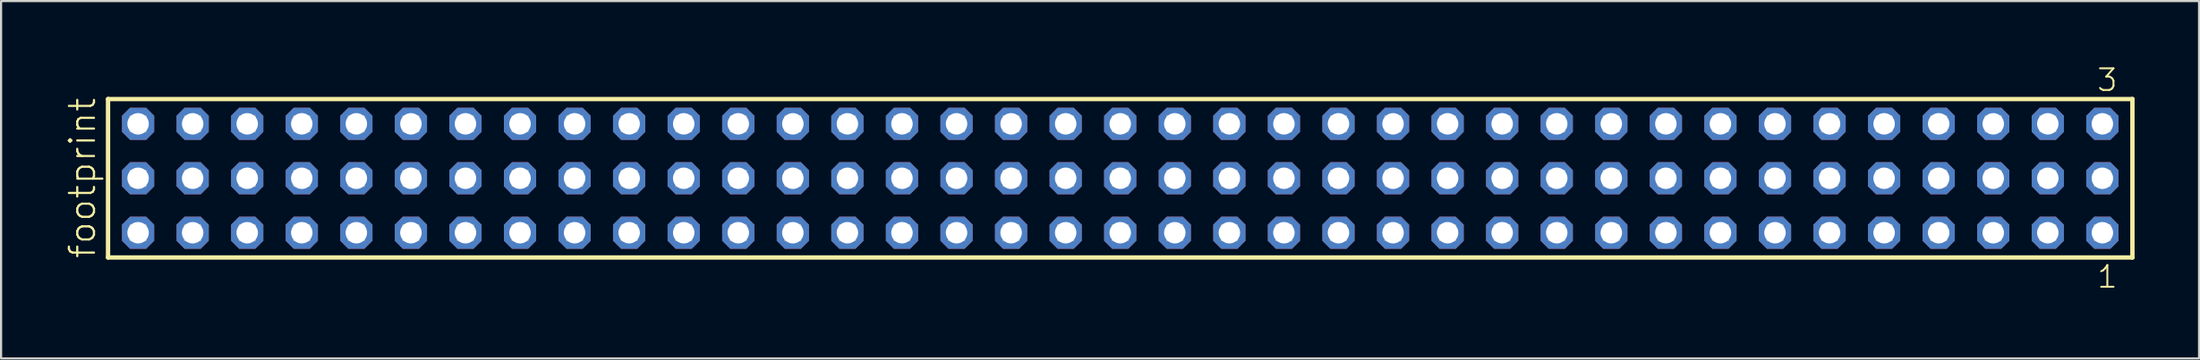
<source format=kicad_pcb>
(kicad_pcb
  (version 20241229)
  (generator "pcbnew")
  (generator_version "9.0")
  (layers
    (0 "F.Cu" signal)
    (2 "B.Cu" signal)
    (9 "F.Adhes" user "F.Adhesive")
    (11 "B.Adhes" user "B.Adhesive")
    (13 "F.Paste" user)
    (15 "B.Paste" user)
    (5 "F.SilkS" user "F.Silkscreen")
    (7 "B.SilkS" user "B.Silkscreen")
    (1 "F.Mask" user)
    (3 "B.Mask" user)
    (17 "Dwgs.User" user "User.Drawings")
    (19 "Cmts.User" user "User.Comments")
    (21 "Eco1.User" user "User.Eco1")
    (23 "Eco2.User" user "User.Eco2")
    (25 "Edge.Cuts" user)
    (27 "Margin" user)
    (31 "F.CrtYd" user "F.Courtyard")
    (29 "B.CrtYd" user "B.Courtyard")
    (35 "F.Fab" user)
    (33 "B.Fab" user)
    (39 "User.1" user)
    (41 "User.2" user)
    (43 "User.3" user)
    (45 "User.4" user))
  (footprint "footprint"
    (layer "F.Cu")
    (at 49.098 5.265)
    (property "Reference" "footprint" (at -47.625 3.81 90) (layer "F.SilkS") (effects (font (size 1.168 1.168) (thickness 0.102)) (justify left bottom)))
    (fp_line (start -47.119 -3.695) (end 47.119 -3.695) (stroke (width 0.203) (type solid)) (layer "F.SilkS"))
    (fp_line (start -47.119 3.695) (end -47.119 -3.695) (stroke (width 0.203) (type solid)) (layer "F.SilkS"))
    (fp_line (start 47.119 -3.695) (end 47.119 3.695) (stroke (width 0.203) (type solid)) (layer "F.SilkS"))
    (fp_line (start 47.119 3.695) (end -47.119 3.695) (stroke (width 0.203) (type solid)) (layer "F.SilkS"))
    (fp_poly (pts (xy -46.07 -2.19) (xy -45.37 -2.19) (xy -45.37 -2.89) (xy -46.07 -2.89)) (stroke (width 0.1) (type solid)) (fill no) (layer "F.Fab"))
    (fp_poly (pts (xy -46.07 0.35) (xy -45.37 0.35) (xy -45.37 -0.35) (xy -46.07 -0.35)) (stroke (width 0.1) (type solid)) (fill no) (layer "F.Fab"))
    (fp_poly (pts (xy -46.07 2.89) (xy -45.37 2.89) (xy -45.37 2.19) (xy -46.07 2.19)) (stroke (width 0.1) (type solid)) (fill no) (layer "F.Fab"))
    (fp_poly (pts (xy -43.53 -2.19) (xy -42.83 -2.19) (xy -42.83 -2.89) (xy -43.53 -2.89)) (stroke (width 0.1) (type solid)) (fill no) (layer "F.Fab"))
    (fp_poly (pts (xy -43.53 0.35) (xy -42.83 0.35) (xy -42.83 -0.35) (xy -43.53 -0.35)) (stroke (width 0.1) (type solid)) (fill no) (layer "F.Fab"))
    (fp_poly (pts (xy -43.53 2.89) (xy -42.83 2.89) (xy -42.83 2.19) (xy -43.53 2.19)) (stroke (width 0.1) (type solid)) (fill no) (layer "F.Fab"))
    (fp_poly (pts (xy -40.99 -2.19) (xy -40.29 -2.19) (xy -40.29 -2.89) (xy -40.99 -2.89)) (stroke (width 0.1) (type solid)) (fill no) (layer "F.Fab"))
    (fp_poly (pts (xy -40.99 0.35) (xy -40.29 0.35) (xy -40.29 -0.35) (xy -40.99 -0.35)) (stroke (width 0.1) (type solid)) (fill no) (layer "F.Fab"))
    (fp_poly (pts (xy -40.99 2.89) (xy -40.29 2.89) (xy -40.29 2.19) (xy -40.99 2.19)) (stroke (width 0.1) (type solid)) (fill no) (layer "F.Fab"))
    (fp_poly (pts (xy -38.45 -2.19) (xy -37.75 -2.19) (xy -37.75 -2.89) (xy -38.45 -2.89)) (stroke (width 0.1) (type solid)) (fill no) (layer "F.Fab"))
    (fp_poly (pts (xy -38.45 0.35) (xy -37.75 0.35) (xy -37.75 -0.35) (xy -38.45 -0.35)) (stroke (width 0.1) (type solid)) (fill no) (layer "F.Fab"))
    (fp_poly (pts (xy -38.45 2.89) (xy -37.75 2.89) (xy -37.75 2.19) (xy -38.45 2.19)) (stroke (width 0.1) (type solid)) (fill no) (layer "F.Fab"))
    (fp_poly (pts (xy -35.91 -2.19) (xy -35.21 -2.19) (xy -35.21 -2.89) (xy -35.91 -2.89)) (stroke (width 0.1) (type solid)) (fill no) (layer "F.Fab"))
    (fp_poly (pts (xy -35.91 0.35) (xy -35.21 0.35) (xy -35.21 -0.35) (xy -35.91 -0.35)) (stroke (width 0.1) (type solid)) (fill no) (layer "F.Fab"))
    (fp_poly (pts (xy -35.91 2.89) (xy -35.21 2.89) (xy -35.21 2.19) (xy -35.91 2.19)) (stroke (width 0.1) (type solid)) (fill no) (layer "F.Fab"))
    (fp_poly (pts (xy -33.37 -2.19) (xy -32.67 -2.19) (xy -32.67 -2.89) (xy -33.37 -2.89)) (stroke (width 0.1) (type solid)) (fill no) (layer "F.Fab"))
    (fp_poly (pts (xy -33.37 0.35) (xy -32.67 0.35) (xy -32.67 -0.35) (xy -33.37 -0.35)) (stroke (width 0.1) (type solid)) (fill no) (layer "F.Fab"))
    (fp_poly (pts (xy -33.37 2.89) (xy -32.67 2.89) (xy -32.67 2.19) (xy -33.37 2.19)) (stroke (width 0.1) (type solid)) (fill no) (layer "F.Fab"))
    (fp_poly (pts (xy -30.83 -2.19) (xy -30.13 -2.19) (xy -30.13 -2.89) (xy -30.83 -2.89)) (stroke (width 0.1) (type solid)) (fill no) (layer "F.Fab"))
    (fp_poly (pts (xy -30.83 0.35) (xy -30.13 0.35) (xy -30.13 -0.35) (xy -30.83 -0.35)) (stroke (width 0.1) (type solid)) (fill no) (layer "F.Fab"))
    (fp_poly (pts (xy -30.83 2.89) (xy -30.13 2.89) (xy -30.13 2.19) (xy -30.83 2.19)) (stroke (width 0.1) (type solid)) (fill no) (layer "F.Fab"))
    (fp_poly (pts (xy -28.29 -2.19) (xy -27.59 -2.19) (xy -27.59 -2.89) (xy -28.29 -2.89)) (stroke (width 0.1) (type solid)) (fill no) (layer "F.Fab"))
    (fp_poly (pts (xy -28.29 0.35) (xy -27.59 0.35) (xy -27.59 -0.35) (xy -28.29 -0.35)) (stroke (width 0.1) (type solid)) (fill no) (layer "F.Fab"))
    (fp_poly (pts (xy -28.29 2.89) (xy -27.59 2.89) (xy -27.59 2.19) (xy -28.29 2.19)) (stroke (width 0.1) (type solid)) (fill no) (layer "F.Fab"))
    (fp_poly (pts (xy -25.75 -2.19) (xy -25.05 -2.19) (xy -25.05 -2.89) (xy -25.75 -2.89)) (stroke (width 0.1) (type solid)) (fill no) (layer "F.Fab"))
    (fp_poly (pts (xy -25.75 0.35) (xy -25.05 0.35) (xy -25.05 -0.35) (xy -25.75 -0.35)) (stroke (width 0.1) (type solid)) (fill no) (layer "F.Fab"))
    (fp_poly (pts (xy -25.75 2.89) (xy -25.05 2.89) (xy -25.05 2.19) (xy -25.75 2.19)) (stroke (width 0.1) (type solid)) (fill no) (layer "F.Fab"))
    (fp_poly (pts (xy -23.21 -2.19) (xy -22.51 -2.19) (xy -22.51 -2.89) (xy -23.21 -2.89)) (stroke (width 0.1) (type solid)) (fill no) (layer "F.Fab"))
    (fp_poly (pts (xy -23.21 0.35) (xy -22.51 0.35) (xy -22.51 -0.35) (xy -23.21 -0.35)) (stroke (width 0.1) (type solid)) (fill no) (layer "F.Fab"))
    (fp_poly (pts (xy -23.21 2.89) (xy -22.51 2.89) (xy -22.51 2.19) (xy -23.21 2.19)) (stroke (width 0.1) (type solid)) (fill no) (layer "F.Fab"))
    (fp_poly (pts (xy -20.67 -2.19) (xy -19.97 -2.19) (xy -19.97 -2.89) (xy -20.67 -2.89)) (stroke (width 0.1) (type solid)) (fill no) (layer "F.Fab"))
    (fp_poly (pts (xy -20.67 0.35) (xy -19.97 0.35) (xy -19.97 -0.35) (xy -20.67 -0.35)) (stroke (width 0.1) (type solid)) (fill no) (layer "F.Fab"))
    (fp_poly (pts (xy -20.67 2.89) (xy -19.97 2.89) (xy -19.97 2.19) (xy -20.67 2.19)) (stroke (width 0.1) (type solid)) (fill no) (layer "F.Fab"))
    (fp_poly (pts (xy -18.13 -2.19) (xy -17.43 -2.19) (xy -17.43 -2.89) (xy -18.13 -2.89)) (stroke (width 0.1) (type solid)) (fill no) (layer "F.Fab"))
    (fp_poly (pts (xy -18.13 0.35) (xy -17.43 0.35) (xy -17.43 -0.35) (xy -18.13 -0.35)) (stroke (width 0.1) (type solid)) (fill no) (layer "F.Fab"))
    (fp_poly (pts (xy -18.13 2.89) (xy -17.43 2.89) (xy -17.43 2.19) (xy -18.13 2.19)) (stroke (width 0.1) (type solid)) (fill no) (layer "F.Fab"))
    (fp_poly (pts (xy -15.59 -2.19) (xy -14.89 -2.19) (xy -14.89 -2.89) (xy -15.59 -2.89)) (stroke (width 0.1) (type solid)) (fill no) (layer "F.Fab"))
    (fp_poly (pts (xy -15.59 0.35) (xy -14.89 0.35) (xy -14.89 -0.35) (xy -15.59 -0.35)) (stroke (width 0.1) (type solid)) (fill no) (layer "F.Fab"))
    (fp_poly (pts (xy -15.59 2.89) (xy -14.89 2.89) (xy -14.89 2.19) (xy -15.59 2.19)) (stroke (width 0.1) (type solid)) (fill no) (layer "F.Fab"))
    (fp_poly (pts (xy -13.05 -2.19) (xy -12.35 -2.19) (xy -12.35 -2.89) (xy -13.05 -2.89)) (stroke (width 0.1) (type solid)) (fill no) (layer "F.Fab"))
    (fp_poly (pts (xy -13.05 0.35) (xy -12.35 0.35) (xy -12.35 -0.35) (xy -13.05 -0.35)) (stroke (width 0.1) (type solid)) (fill no) (layer "F.Fab"))
    (fp_poly (pts (xy -13.05 2.89) (xy -12.35 2.89) (xy -12.35 2.19) (xy -13.05 2.19)) (stroke (width 0.1) (type solid)) (fill no) (layer "F.Fab"))
    (fp_poly (pts (xy -10.51 -2.19) (xy -9.81 -2.19) (xy -9.81 -2.89) (xy -10.51 -2.89)) (stroke (width 0.1) (type solid)) (fill no) (layer "F.Fab"))
    (fp_poly (pts (xy -10.51 0.35) (xy -9.81 0.35) (xy -9.81 -0.35) (xy -10.51 -0.35)) (stroke (width 0.1) (type solid)) (fill no) (layer "F.Fab"))
    (fp_poly (pts (xy -10.51 2.89) (xy -9.81 2.89) (xy -9.81 2.19) (xy -10.51 2.19)) (stroke (width 0.1) (type solid)) (fill no) (layer "F.Fab"))
    (fp_poly (pts (xy -7.97 -2.19) (xy -7.27 -2.19) (xy -7.27 -2.89) (xy -7.97 -2.89)) (stroke (width 0.1) (type solid)) (fill no) (layer "F.Fab"))
    (fp_poly (pts (xy -7.97 0.35) (xy -7.27 0.35) (xy -7.27 -0.35) (xy -7.97 -0.35)) (stroke (width 0.1) (type solid)) (fill no) (layer "F.Fab"))
    (fp_poly (pts (xy -7.97 2.89) (xy -7.27 2.89) (xy -7.27 2.19) (xy -7.97 2.19)) (stroke (width 0.1) (type solid)) (fill no) (layer "F.Fab"))
    (fp_poly (pts (xy -5.43 -2.19) (xy -4.73 -2.19) (xy -4.73 -2.89) (xy -5.43 -2.89)) (stroke (width 0.1) (type solid)) (fill no) (layer "F.Fab"))
    (fp_poly (pts (xy -5.43 0.35) (xy -4.73 0.35) (xy -4.73 -0.35) (xy -5.43 -0.35)) (stroke (width 0.1) (type solid)) (fill no) (layer "F.Fab"))
    (fp_poly (pts (xy -5.43 2.89) (xy -4.73 2.89) (xy -4.73 2.19) (xy -5.43 2.19)) (stroke (width 0.1) (type solid)) (fill no) (layer "F.Fab"))
    (fp_poly (pts (xy -2.89 -2.19) (xy -2.19 -2.19) (xy -2.19 -2.89) (xy -2.89 -2.89)) (stroke (width 0.1) (type solid)) (fill no) (layer "F.Fab"))
    (fp_poly (pts (xy -2.89 0.35) (xy -2.19 0.35) (xy -2.19 -0.35) (xy -2.89 -0.35)) (stroke (width 0.1) (type solid)) (fill no) (layer "F.Fab"))
    (fp_poly (pts (xy -2.89 2.89) (xy -2.19 2.89) (xy -2.19 2.19) (xy -2.89 2.19)) (stroke (width 0.1) (type solid)) (fill no) (layer "F.Fab"))
    (fp_poly (pts (xy -0.35 -2.19) (xy 0.35 -2.19) (xy 0.35 -2.89) (xy -0.35 -2.89)) (stroke (width 0.1) (type solid)) (fill no) (layer "F.Fab"))
    (fp_poly (pts (xy -0.35 0.35) (xy 0.35 0.35) (xy 0.35 -0.35) (xy -0.35 -0.35)) (stroke (width 0.1) (type solid)) (fill no) (layer "F.Fab"))
    (fp_poly (pts (xy -0.35 2.89) (xy 0.35 2.89) (xy 0.35 2.19) (xy -0.35 2.19)) (stroke (width 0.1) (type solid)) (fill no) (layer "F.Fab"))
    (fp_poly (pts (xy 2.19 -2.19) (xy 2.89 -2.19) (xy 2.89 -2.89) (xy 2.19 -2.89)) (stroke (width 0.1) (type solid)) (fill no) (layer "F.Fab"))
    (fp_poly (pts (xy 2.19 0.35) (xy 2.89 0.35) (xy 2.89 -0.35) (xy 2.19 -0.35)) (stroke (width 0.1) (type solid)) (fill no) (layer "F.Fab"))
    (fp_poly (pts (xy 2.19 2.89) (xy 2.89 2.89) (xy 2.89 2.19) (xy 2.19 2.19)) (stroke (width 0.1) (type solid)) (fill no) (layer "F.Fab"))
    (fp_poly (pts (xy 4.73 -2.19) (xy 5.43 -2.19) (xy 5.43 -2.89) (xy 4.73 -2.89)) (stroke (width 0.1) (type solid)) (fill no) (layer "F.Fab"))
    (fp_poly (pts (xy 4.73 0.35) (xy 5.43 0.35) (xy 5.43 -0.35) (xy 4.73 -0.35)) (stroke (width 0.1) (type solid)) (fill no) (layer "F.Fab"))
    (fp_poly (pts (xy 4.73 2.89) (xy 5.43 2.89) (xy 5.43 2.19) (xy 4.73 2.19)) (stroke (width 0.1) (type solid)) (fill no) (layer "F.Fab"))
    (fp_poly (pts (xy 7.27 -2.19) (xy 7.97 -2.19) (xy 7.97 -2.89) (xy 7.27 -2.89)) (stroke (width 0.1) (type solid)) (fill no) (layer "F.Fab"))
    (fp_poly (pts (xy 7.27 0.35) (xy 7.97 0.35) (xy 7.97 -0.35) (xy 7.27 -0.35)) (stroke (width 0.1) (type solid)) (fill no) (layer "F.Fab"))
    (fp_poly (pts (xy 7.27 2.89) (xy 7.97 2.89) (xy 7.97 2.19) (xy 7.27 2.19)) (stroke (width 0.1) (type solid)) (fill no) (layer "F.Fab"))
    (fp_poly (pts (xy 9.81 -2.19) (xy 10.51 -2.19) (xy 10.51 -2.89) (xy 9.81 -2.89)) (stroke (width 0.1) (type solid)) (fill no) (layer "F.Fab"))
    (fp_poly (pts (xy 9.81 0.35) (xy 10.51 0.35) (xy 10.51 -0.35) (xy 9.81 -0.35)) (stroke (width 0.1) (type solid)) (fill no) (layer "F.Fab"))
    (fp_poly (pts (xy 9.81 2.89) (xy 10.51 2.89) (xy 10.51 2.19) (xy 9.81 2.19)) (stroke (width 0.1) (type solid)) (fill no) (layer "F.Fab"))
    (fp_poly (pts (xy 12.35 -2.19) (xy 13.05 -2.19) (xy 13.05 -2.89) (xy 12.35 -2.89)) (stroke (width 0.1) (type solid)) (fill no) (layer "F.Fab"))
    (fp_poly (pts (xy 12.35 0.35) (xy 13.05 0.35) (xy 13.05 -0.35) (xy 12.35 -0.35)) (stroke (width 0.1) (type solid)) (fill no) (layer "F.Fab"))
    (fp_poly (pts (xy 12.35 2.89) (xy 13.05 2.89) (xy 13.05 2.19) (xy 12.35 2.19)) (stroke (width 0.1) (type solid)) (fill no) (layer "F.Fab"))
    (fp_poly (pts (xy 14.89 -2.19) (xy 15.59 -2.19) (xy 15.59 -2.89) (xy 14.89 -2.89)) (stroke (width 0.1) (type solid)) (fill no) (layer "F.Fab"))
    (fp_poly (pts (xy 14.89 0.35) (xy 15.59 0.35) (xy 15.59 -0.35) (xy 14.89 -0.35)) (stroke (width 0.1) (type solid)) (fill no) (layer "F.Fab"))
    (fp_poly (pts (xy 14.89 2.89) (xy 15.59 2.89) (xy 15.59 2.19) (xy 14.89 2.19)) (stroke (width 0.1) (type solid)) (fill no) (layer "F.Fab"))
    (fp_poly (pts (xy 17.43 -2.19) (xy 18.13 -2.19) (xy 18.13 -2.89) (xy 17.43 -2.89)) (stroke (width 0.1) (type solid)) (fill no) (layer "F.Fab"))
    (fp_poly (pts (xy 17.43 0.35) (xy 18.13 0.35) (xy 18.13 -0.35) (xy 17.43 -0.35)) (stroke (width 0.1) (type solid)) (fill no) (layer "F.Fab"))
    (fp_poly (pts (xy 17.43 2.89) (xy 18.13 2.89) (xy 18.13 2.19) (xy 17.43 2.19)) (stroke (width 0.1) (type solid)) (fill no) (layer "F.Fab"))
    (fp_poly (pts (xy 19.97 -2.19) (xy 20.67 -2.19) (xy 20.67 -2.89) (xy 19.97 -2.89)) (stroke (width 0.1) (type solid)) (fill no) (layer "F.Fab"))
    (fp_poly (pts (xy 19.97 0.35) (xy 20.67 0.35) (xy 20.67 -0.35) (xy 19.97 -0.35)) (stroke (width 0.1) (type solid)) (fill no) (layer "F.Fab"))
    (fp_poly (pts (xy 19.97 2.89) (xy 20.67 2.89) (xy 20.67 2.19) (xy 19.97 2.19)) (stroke (width 0.1) (type solid)) (fill no) (layer "F.Fab"))
    (fp_poly (pts (xy 22.51 -2.19) (xy 23.21 -2.19) (xy 23.21 -2.89) (xy 22.51 -2.89)) (stroke (width 0.1) (type solid)) (fill no) (layer "F.Fab"))
    (fp_poly (pts (xy 22.51 0.35) (xy 23.21 0.35) (xy 23.21 -0.35) (xy 22.51 -0.35)) (stroke (width 0.1) (type solid)) (fill no) (layer "F.Fab"))
    (fp_poly (pts (xy 22.51 2.89) (xy 23.21 2.89) (xy 23.21 2.19) (xy 22.51 2.19)) (stroke (width 0.1) (type solid)) (fill no) (layer "F.Fab"))
    (fp_poly (pts (xy 25.05 -2.19) (xy 25.75 -2.19) (xy 25.75 -2.89) (xy 25.05 -2.89)) (stroke (width 0.1) (type solid)) (fill no) (layer "F.Fab"))
    (fp_poly (pts (xy 25.05 0.35) (xy 25.75 0.35) (xy 25.75 -0.35) (xy 25.05 -0.35)) (stroke (width 0.1) (type solid)) (fill no) (layer "F.Fab"))
    (fp_poly (pts (xy 25.05 2.89) (xy 25.75 2.89) (xy 25.75 2.19) (xy 25.05 2.19)) (stroke (width 0.1) (type solid)) (fill no) (layer "F.Fab"))
    (fp_poly (pts (xy 27.59 -2.19) (xy 28.29 -2.19) (xy 28.29 -2.89) (xy 27.59 -2.89)) (stroke (width 0.1) (type solid)) (fill no) (layer "F.Fab"))
    (fp_poly (pts (xy 27.59 0.35) (xy 28.29 0.35) (xy 28.29 -0.35) (xy 27.59 -0.35)) (stroke (width 0.1) (type solid)) (fill no) (layer "F.Fab"))
    (fp_poly (pts (xy 27.59 2.89) (xy 28.29 2.89) (xy 28.29 2.19) (xy 27.59 2.19)) (stroke (width 0.1) (type solid)) (fill no) (layer "F.Fab"))
    (fp_poly (pts (xy 30.13 -2.19) (xy 30.83 -2.19) (xy 30.83 -2.89) (xy 30.13 -2.89)) (stroke (width 0.1) (type solid)) (fill no) (layer "F.Fab"))
    (fp_poly (pts (xy 30.13 0.35) (xy 30.83 0.35) (xy 30.83 -0.35) (xy 30.13 -0.35)) (stroke (width 0.1) (type solid)) (fill no) (layer "F.Fab"))
    (fp_poly (pts (xy 30.13 2.89) (xy 30.83 2.89) (xy 30.83 2.19) (xy 30.13 2.19)) (stroke (width 0.1) (type solid)) (fill no) (layer "F.Fab"))
    (fp_poly (pts (xy 32.67 -2.19) (xy 33.37 -2.19) (xy 33.37 -2.89) (xy 32.67 -2.89)) (stroke (width 0.1) (type solid)) (fill no) (layer "F.Fab"))
    (fp_poly (pts (xy 32.67 0.35) (xy 33.37 0.35) (xy 33.37 -0.35) (xy 32.67 -0.35)) (stroke (width 0.1) (type solid)) (fill no) (layer "F.Fab"))
    (fp_poly (pts (xy 32.67 2.89) (xy 33.37 2.89) (xy 33.37 2.19) (xy 32.67 2.19)) (stroke (width 0.1) (type solid)) (fill no) (layer "F.Fab"))
    (fp_poly (pts (xy 35.21 -2.19) (xy 35.91 -2.19) (xy 35.91 -2.89) (xy 35.21 -2.89)) (stroke (width 0.1) (type solid)) (fill no) (layer "F.Fab"))
    (fp_poly (pts (xy 35.21 0.35) (xy 35.91 0.35) (xy 35.91 -0.35) (xy 35.21 -0.35)) (stroke (width 0.1) (type solid)) (fill no) (layer "F.Fab"))
    (fp_poly (pts (xy 35.21 2.89) (xy 35.91 2.89) (xy 35.91 2.19) (xy 35.21 2.19)) (stroke (width 0.1) (type solid)) (fill no) (layer "F.Fab"))
    (fp_poly (pts (xy 37.75 -2.19) (xy 38.45 -2.19) (xy 38.45 -2.89) (xy 37.75 -2.89)) (stroke (width 0.1) (type solid)) (fill no) (layer "F.Fab"))
    (fp_poly (pts (xy 37.75 0.35) (xy 38.45 0.35) (xy 38.45 -0.35) (xy 37.75 -0.35)) (stroke (width 0.1) (type solid)) (fill no) (layer "F.Fab"))
    (fp_poly (pts (xy 37.75 2.89) (xy 38.45 2.89) (xy 38.45 2.19) (xy 37.75 2.19)) (stroke (width 0.1) (type solid)) (fill no) (layer "F.Fab"))
    (fp_poly (pts (xy 40.29 -2.19) (xy 40.99 -2.19) (xy 40.99 -2.89) (xy 40.29 -2.89)) (stroke (width 0.1) (type solid)) (fill no) (layer "F.Fab"))
    (fp_poly (pts (xy 40.29 0.35) (xy 40.99 0.35) (xy 40.99 -0.35) (xy 40.29 -0.35)) (stroke (width 0.1) (type solid)) (fill no) (layer "F.Fab"))
    (fp_poly (pts (xy 40.29 2.89) (xy 40.99 2.89) (xy 40.99 2.19) (xy 40.29 2.19)) (stroke (width 0.1) (type solid)) (fill no) (layer "F.Fab"))
    (fp_poly (pts (xy 42.83 -2.19) (xy 43.53 -2.19) (xy 43.53 -2.89) (xy 42.83 -2.89)) (stroke (width 0.1) (type solid)) (fill no) (layer "F.Fab"))
    (fp_poly (pts (xy 42.83 0.35) (xy 43.53 0.35) (xy 43.53 -0.35) (xy 42.83 -0.35)) (stroke (width 0.1) (type solid)) (fill no) (layer "F.Fab"))
    (fp_poly (pts (xy 42.83 2.89) (xy 43.53 2.89) (xy 43.53 2.19) (xy 42.83 2.19)) (stroke (width 0.1) (type solid)) (fill no) (layer "F.Fab"))
    (fp_poly (pts (xy 45.37 -2.19) (xy 46.07 -2.19) (xy 46.07 -2.89) (xy 45.37 -2.89)) (stroke (width 0.1) (type solid)) (fill no) (layer "F.Fab"))
    (fp_poly (pts (xy 45.37 0.35) (xy 46.07 0.35) (xy 46.07 -0.35) (xy 45.37 -0.35)) (stroke (width 0.1) (type solid)) (fill no) (layer "F.Fab"))
    (fp_poly (pts (xy 45.37 2.89) (xy 46.07 2.89) (xy 46.07 2.19) (xy 45.37 2.19)) (stroke (width 0.1) (type solid)) (fill no) (layer "F.Fab"))
    (fp_text user "3" (at 45.408 -3.989 0) (layer "F.SilkS") (effects (font (size 1.012 1.012) (thickness 0.088)) (justify left bottom)))
    (fp_text user "1" (at 45.412 5.188 0) (layer "F.SilkS") (effects (font (size 1.012 1.012) (thickness 0.088)) (justify left bottom)))
    (pad "1" thru_hole roundrect (at 45.72 2.54 180) (size 1.5 1.5) (drill 1) (layers "*.Cu" "*.Mask") (roundrect_rratio 0.25) (chamfer_ratio 0.25) (chamfer top_left top_right bottom_left bottom_right))
    (pad "2" thru_hole roundrect (at 45.72 0 180) (size 1.5 1.5) (drill 1) (layers "*.Cu" "*.Mask") (roundrect_rratio 0.25) (chamfer_ratio 0.25) (chamfer top_left top_right bottom_left bottom_right))
    (pad "3" thru_hole roundrect (at 45.72 -2.54 180) (size 1.5 1.5) (drill 1) (layers "*.Cu" "*.Mask") (roundrect_rratio 0.25) (chamfer_ratio 0.25) (chamfer top_left top_right bottom_left bottom_right))
    (pad "4" thru_hole roundrect (at 43.18 2.54 180) (size 1.5 1.5) (drill 1) (layers "*.Cu" "*.Mask") (roundrect_rratio 0.25) (chamfer_ratio 0.25) (chamfer top_left top_right bottom_left bottom_right))
    (pad "5" thru_hole roundrect (at 43.18 0 180) (size 1.5 1.5) (drill 1) (layers "*.Cu" "*.Mask") (roundrect_rratio 0.25) (chamfer_ratio 0.25) (chamfer top_left top_right bottom_left bottom_right))
    (pad "6" thru_hole roundrect (at 43.18 -2.54 180) (size 1.5 1.5) (drill 1) (layers "*.Cu" "*.Mask") (roundrect_rratio 0.25) (chamfer_ratio 0.25) (chamfer top_left top_right bottom_left bottom_right))
    (pad "7" thru_hole roundrect (at 40.64 2.54 180) (size 1.5 1.5) (drill 1) (layers "*.Cu" "*.Mask") (roundrect_rratio 0.25) (chamfer_ratio 0.25) (chamfer top_left top_right bottom_left bottom_right))
    (pad "8" thru_hole roundrect (at 40.64 0 180) (size 1.5 1.5) (drill 1) (layers "*.Cu" "*.Mask") (roundrect_rratio 0.25) (chamfer_ratio 0.25) (chamfer top_left top_right bottom_left bottom_right))
    (pad "9" thru_hole roundrect (at 40.64 -2.54 180) (size 1.5 1.5) (drill 1) (layers "*.Cu" "*.Mask") (roundrect_rratio 0.25) (chamfer_ratio 0.25) (chamfer top_left top_right bottom_left bottom_right))
    (pad "10" thru_hole roundrect (at 38.1 2.54 180) (size 1.5 1.5) (drill 1) (layers "*.Cu" "*.Mask") (roundrect_rratio 0.25) (chamfer_ratio 0.25) (chamfer top_left top_right bottom_left bottom_right))
    (pad "11" thru_hole roundrect (at 38.1 0 180) (size 1.5 1.5) (drill 1) (layers "*.Cu" "*.Mask") (roundrect_rratio 0.25) (chamfer_ratio 0.25) (chamfer top_left top_right bottom_left bottom_right))
    (pad "12" thru_hole roundrect (at 38.1 -2.54 180) (size 1.5 1.5) (drill 1) (layers "*.Cu" "*.Mask") (roundrect_rratio 0.25) (chamfer_ratio 0.25) (chamfer top_left top_right bottom_left bottom_right))
    (pad "13" thru_hole roundrect (at 35.56 2.54 180) (size 1.5 1.5) (drill 1) (layers "*.Cu" "*.Mask") (roundrect_rratio 0.25) (chamfer_ratio 0.25) (chamfer top_left top_right bottom_left bottom_right))
    (pad "14" thru_hole roundrect (at 35.56 0 180) (size 1.5 1.5) (drill 1) (layers "*.Cu" "*.Mask") (roundrect_rratio 0.25) (chamfer_ratio 0.25) (chamfer top_left top_right bottom_left bottom_right))
    (pad "15" thru_hole roundrect (at 35.56 -2.54 180) (size 1.5 1.5) (drill 1) (layers "*.Cu" "*.Mask") (roundrect_rratio 0.25) (chamfer_ratio 0.25) (chamfer top_left top_right bottom_left bottom_right))
    (pad "16" thru_hole roundrect (at 33.02 2.54 180) (size 1.5 1.5) (drill 1) (layers "*.Cu" "*.Mask") (roundrect_rratio 0.25) (chamfer_ratio 0.25) (chamfer top_left top_right bottom_left bottom_right))
    (pad "17" thru_hole roundrect (at 33.02 0 180) (size 1.5 1.5) (drill 1) (layers "*.Cu" "*.Mask") (roundrect_rratio 0.25) (chamfer_ratio 0.25) (chamfer top_left top_right bottom_left bottom_right))
    (pad "18" thru_hole roundrect (at 33.02 -2.54 180) (size 1.5 1.5) (drill 1) (layers "*.Cu" "*.Mask") (roundrect_rratio 0.25) (chamfer_ratio 0.25) (chamfer top_left top_right bottom_left bottom_right))
    (pad "19" thru_hole roundrect (at 30.48 2.54 180) (size 1.5 1.5) (drill 1) (layers "*.Cu" "*.Mask") (roundrect_rratio 0.25) (chamfer_ratio 0.25) (chamfer top_left top_right bottom_left bottom_right))
    (pad "20" thru_hole roundrect (at 30.48 0 180) (size 1.5 1.5) (drill 1) (layers "*.Cu" "*.Mask") (roundrect_rratio 0.25) (chamfer_ratio 0.25) (chamfer top_left top_right bottom_left bottom_right))
    (pad "21" thru_hole roundrect (at 30.48 -2.54 180) (size 1.5 1.5) (drill 1) (layers "*.Cu" "*.Mask") (roundrect_rratio 0.25) (chamfer_ratio 0.25) (chamfer top_left top_right bottom_left bottom_right))
    (pad "22" thru_hole roundrect (at 27.94 2.54 180) (size 1.5 1.5) (drill 1) (layers "*.Cu" "*.Mask") (roundrect_rratio 0.25) (chamfer_ratio 0.25) (chamfer top_left top_right bottom_left bottom_right))
    (pad "23" thru_hole roundrect (at 27.94 0 180) (size 1.5 1.5) (drill 1) (layers "*.Cu" "*.Mask") (roundrect_rratio 0.25) (chamfer_ratio 0.25) (chamfer top_left top_right bottom_left bottom_right))
    (pad "24" thru_hole roundrect (at 27.94 -2.54 180) (size 1.5 1.5) (drill 1) (layers "*.Cu" "*.Mask") (roundrect_rratio 0.25) (chamfer_ratio 0.25) (chamfer top_left top_right bottom_left bottom_right))
    (pad "25" thru_hole roundrect (at 25.4 2.54 180) (size 1.5 1.5) (drill 1) (layers "*.Cu" "*.Mask") (roundrect_rratio 0.25) (chamfer_ratio 0.25) (chamfer top_left top_right bottom_left bottom_right))
    (pad "26" thru_hole roundrect (at 25.4 0 180) (size 1.5 1.5) (drill 1) (layers "*.Cu" "*.Mask") (roundrect_rratio 0.25) (chamfer_ratio 0.25) (chamfer top_left top_right bottom_left bottom_right))
    (pad "27" thru_hole roundrect (at 25.4 -2.54 180) (size 1.5 1.5) (drill 1) (layers "*.Cu" "*.Mask") (roundrect_rratio 0.25) (chamfer_ratio 0.25) (chamfer top_left top_right bottom_left bottom_right))
    (pad "28" thru_hole roundrect (at 22.86 2.54 180) (size 1.5 1.5) (drill 1) (layers "*.Cu" "*.Mask") (roundrect_rratio 0.25) (chamfer_ratio 0.25) (chamfer top_left top_right bottom_left bottom_right))
    (pad "29" thru_hole roundrect (at 22.86 0 180) (size 1.5 1.5) (drill 1) (layers "*.Cu" "*.Mask") (roundrect_rratio 0.25) (chamfer_ratio 0.25) (chamfer top_left top_right bottom_left bottom_right))
    (pad "30" thru_hole roundrect (at 22.86 -2.54 180) (size 1.5 1.5) (drill 1) (layers "*.Cu" "*.Mask") (roundrect_rratio 0.25) (chamfer_ratio 0.25) (chamfer top_left top_right bottom_left bottom_right))
    (pad "31" thru_hole roundrect (at 20.32 2.54 180) (size 1.5 1.5) (drill 1) (layers "*.Cu" "*.Mask") (roundrect_rratio 0.25) (chamfer_ratio 0.25) (chamfer top_left top_right bottom_left bottom_right))
    (pad "32" thru_hole roundrect (at 20.32 0 180) (size 1.5 1.5) (drill 1) (layers "*.Cu" "*.Mask") (roundrect_rratio 0.25) (chamfer_ratio 0.25) (chamfer top_left top_right bottom_left bottom_right))
    (pad "33" thru_hole roundrect (at 20.32 -2.54 180) (size 1.5 1.5) (drill 1) (layers "*.Cu" "*.Mask") (roundrect_rratio 0.25) (chamfer_ratio 0.25) (chamfer top_left top_right bottom_left bottom_right))
    (pad "34" thru_hole roundrect (at 17.78 2.54 180) (size 1.5 1.5) (drill 1) (layers "*.Cu" "*.Mask") (roundrect_rratio 0.25) (chamfer_ratio 0.25) (chamfer top_left top_right bottom_left bottom_right))
    (pad "35" thru_hole roundrect (at 17.78 0 180) (size 1.5 1.5) (drill 1) (layers "*.Cu" "*.Mask") (roundrect_rratio 0.25) (chamfer_ratio 0.25) (chamfer top_left top_right bottom_left bottom_right))
    (pad "36" thru_hole roundrect (at 17.78 -2.54 180) (size 1.5 1.5) (drill 1) (layers "*.Cu" "*.Mask") (roundrect_rratio 0.25) (chamfer_ratio 0.25) (chamfer top_left top_right bottom_left bottom_right))
    (pad "37" thru_hole roundrect (at 15.24 2.54 180) (size 1.5 1.5) (drill 1) (layers "*.Cu" "*.Mask") (roundrect_rratio 0.25) (chamfer_ratio 0.25) (chamfer top_left top_right bottom_left bottom_right))
    (pad "38" thru_hole roundrect (at 15.24 0 180) (size 1.5 1.5) (drill 1) (layers "*.Cu" "*.Mask") (roundrect_rratio 0.25) (chamfer_ratio 0.25) (chamfer top_left top_right bottom_left bottom_right))
    (pad "39" thru_hole roundrect (at 15.24 -2.54 180) (size 1.5 1.5) (drill 1) (layers "*.Cu" "*.Mask") (roundrect_rratio 0.25) (chamfer_ratio 0.25) (chamfer top_left top_right bottom_left bottom_right))
    (pad "40" thru_hole roundrect (at 12.7 2.54 180) (size 1.5 1.5) (drill 1) (layers "*.Cu" "*.Mask") (roundrect_rratio 0.25) (chamfer_ratio 0.25) (chamfer top_left top_right bottom_left bottom_right))
    (pad "41" thru_hole roundrect (at 12.7 0 180) (size 1.5 1.5) (drill 1) (layers "*.Cu" "*.Mask") (roundrect_rratio 0.25) (chamfer_ratio 0.25) (chamfer top_left top_right bottom_left bottom_right))
    (pad "42" thru_hole roundrect (at 12.7 -2.54 180) (size 1.5 1.5) (drill 1) (layers "*.Cu" "*.Mask") (roundrect_rratio 0.25) (chamfer_ratio 0.25) (chamfer top_left top_right bottom_left bottom_right))
    (pad "43" thru_hole roundrect (at 10.16 2.54 180) (size 1.5 1.5) (drill 1) (layers "*.Cu" "*.Mask") (roundrect_rratio 0.25) (chamfer_ratio 0.25) (chamfer top_left top_right bottom_left bottom_right))
    (pad "44" thru_hole roundrect (at 10.16 0 180) (size 1.5 1.5) (drill 1) (layers "*.Cu" "*.Mask") (roundrect_rratio 0.25) (chamfer_ratio 0.25) (chamfer top_left top_right bottom_left bottom_right))
    (pad "45" thru_hole roundrect (at 10.16 -2.54 180) (size 1.5 1.5) (drill 1) (layers "*.Cu" "*.Mask") (roundrect_rratio 0.25) (chamfer_ratio 0.25) (chamfer top_left top_right bottom_left bottom_right))
    (pad "46" thru_hole roundrect (at 7.62 2.54 180) (size 1.5 1.5) (drill 1) (layers "*.Cu" "*.Mask") (roundrect_rratio 0.25) (chamfer_ratio 0.25) (chamfer top_left top_right bottom_left bottom_right))
    (pad "47" thru_hole roundrect (at 7.62 0 180) (size 1.5 1.5) (drill 1) (layers "*.Cu" "*.Mask") (roundrect_rratio 0.25) (chamfer_ratio 0.25) (chamfer top_left top_right bottom_left bottom_right))
    (pad "48" thru_hole roundrect (at 7.62 -2.54 180) (size 1.5 1.5) (drill 1) (layers "*.Cu" "*.Mask") (roundrect_rratio 0.25) (chamfer_ratio 0.25) (chamfer top_left top_right bottom_left bottom_right))
    (pad "49" thru_hole roundrect (at 5.08 2.54 180) (size 1.5 1.5) (drill 1) (layers "*.Cu" "*.Mask") (roundrect_rratio 0.25) (chamfer_ratio 0.25) (chamfer top_left top_right bottom_left bottom_right))
    (pad "50" thru_hole roundrect (at 5.08 0 180) (size 1.5 1.5) (drill 1) (layers "*.Cu" "*.Mask") (roundrect_rratio 0.25) (chamfer_ratio 0.25) (chamfer top_left top_right bottom_left bottom_right))
    (pad "51" thru_hole roundrect (at 5.08 -2.54 180) (size 1.5 1.5) (drill 1) (layers "*.Cu" "*.Mask") (roundrect_rratio 0.25) (chamfer_ratio 0.25) (chamfer top_left top_right bottom_left bottom_right))
    (pad "52" thru_hole roundrect (at 2.54 2.54 180) (size 1.5 1.5) (drill 1) (layers "*.Cu" "*.Mask") (roundrect_rratio 0.25) (chamfer_ratio 0.25) (chamfer top_left top_right bottom_left bottom_right))
    (pad "53" thru_hole roundrect (at 2.54 0 180) (size 1.5 1.5) (drill 1) (layers "*.Cu" "*.Mask") (roundrect_rratio 0.25) (chamfer_ratio 0.25) (chamfer top_left top_right bottom_left bottom_right))
    (pad "54" thru_hole roundrect (at 2.54 -2.54 180) (size 1.5 1.5) (drill 1) (layers "*.Cu" "*.Mask") (roundrect_rratio 0.25) (chamfer_ratio 0.25) (chamfer top_left top_right bottom_left bottom_right))
    (pad "55" thru_hole roundrect (at 0 2.54 180) (size 1.5 1.5) (drill 1) (layers "*.Cu" "*.Mask") (roundrect_rratio 0.25) (chamfer_ratio 0.25) (chamfer top_left top_right bottom_left bottom_right))
    (pad "56" thru_hole roundrect (at 0 0 180) (size 1.5 1.5) (drill 1) (layers "*.Cu" "*.Mask") (roundrect_rratio 0.25) (chamfer_ratio 0.25) (chamfer top_left top_right bottom_left bottom_right))
    (pad "57" thru_hole roundrect (at 0 -2.54 180) (size 1.5 1.5) (drill 1) (layers "*.Cu" "*.Mask") (roundrect_rratio 0.25) (chamfer_ratio 0.25) (chamfer top_left top_right bottom_left bottom_right))
    (pad "58" thru_hole roundrect (at -2.54 2.54 180) (size 1.5 1.5) (drill 1) (layers "*.Cu" "*.Mask") (roundrect_rratio 0.25) (chamfer_ratio 0.25) (chamfer top_left top_right bottom_left bottom_right))
    (pad "59" thru_hole roundrect (at -2.54 0 180) (size 1.5 1.5) (drill 1) (layers "*.Cu" "*.Mask") (roundrect_rratio 0.25) (chamfer_ratio 0.25) (chamfer top_left top_right bottom_left bottom_right))
    (pad "60" thru_hole roundrect (at -2.54 -2.54 180) (size 1.5 1.5) (drill 1) (layers "*.Cu" "*.Mask") (roundrect_rratio 0.25) (chamfer_ratio 0.25) (chamfer top_left top_right bottom_left bottom_right))
    (pad "61" thru_hole roundrect (at -5.08 2.54 180) (size 1.5 1.5) (drill 1) (layers "*.Cu" "*.Mask") (roundrect_rratio 0.25) (chamfer_ratio 0.25) (chamfer top_left top_right bottom_left bottom_right))
    (pad "62" thru_hole roundrect (at -5.08 0 180) (size 1.5 1.5) (drill 1) (layers "*.Cu" "*.Mask") (roundrect_rratio 0.25) (chamfer_ratio 0.25) (chamfer top_left top_right bottom_left bottom_right))
    (pad "63" thru_hole roundrect (at -5.08 -2.54 180) (size 1.5 1.5) (drill 1) (layers "*.Cu" "*.Mask") (roundrect_rratio 0.25) (chamfer_ratio 0.25) (chamfer top_left top_right bottom_left bottom_right))
    (pad "64" thru_hole roundrect (at -7.62 2.54 180) (size 1.5 1.5) (drill 1) (layers "*.Cu" "*.Mask") (roundrect_rratio 0.25) (chamfer_ratio 0.25) (chamfer top_left top_right bottom_left bottom_right))
    (pad "65" thru_hole roundrect (at -7.62 0 180) (size 1.5 1.5) (drill 1) (layers "*.Cu" "*.Mask") (roundrect_rratio 0.25) (chamfer_ratio 0.25) (chamfer top_left top_right bottom_left bottom_right))
    (pad "66" thru_hole roundrect (at -7.62 -2.54 180) (size 1.5 1.5) (drill 1) (layers "*.Cu" "*.Mask") (roundrect_rratio 0.25) (chamfer_ratio 0.25) (chamfer top_left top_right bottom_left bottom_right))
    (pad "67" thru_hole roundrect (at -10.16 2.54 180) (size 1.5 1.5) (drill 1) (layers "*.Cu" "*.Mask") (roundrect_rratio 0.25) (chamfer_ratio 0.25) (chamfer top_left top_right bottom_left bottom_right))
    (pad "68" thru_hole roundrect (at -10.16 0 180) (size 1.5 1.5) (drill 1) (layers "*.Cu" "*.Mask") (roundrect_rratio 0.25) (chamfer_ratio 0.25) (chamfer top_left top_right bottom_left bottom_right))
    (pad "69" thru_hole roundrect (at -10.16 -2.54 180) (size 1.5 1.5) (drill 1) (layers "*.Cu" "*.Mask") (roundrect_rratio 0.25) (chamfer_ratio 0.25) (chamfer top_left top_right bottom_left bottom_right))
    (pad "70" thru_hole roundrect (at -12.7 2.54 180) (size 1.5 1.5) (drill 1) (layers "*.Cu" "*.Mask") (roundrect_rratio 0.25) (chamfer_ratio 0.25) (chamfer top_left top_right bottom_left bottom_right))
    (pad "71" thru_hole roundrect (at -12.7 0 180) (size 1.5 1.5) (drill 1) (layers "*.Cu" "*.Mask") (roundrect_rratio 0.25) (chamfer_ratio 0.25) (chamfer top_left top_right bottom_left bottom_right))
    (pad "72" thru_hole roundrect (at -12.7 -2.54 180) (size 1.5 1.5) (drill 1) (layers "*.Cu" "*.Mask") (roundrect_rratio 0.25) (chamfer_ratio 0.25) (chamfer top_left top_right bottom_left bottom_right))
    (pad "73" thru_hole roundrect (at -15.24 2.54 180) (size 1.5 1.5) (drill 1) (layers "*.Cu" "*.Mask") (roundrect_rratio 0.25) (chamfer_ratio 0.25) (chamfer top_left top_right bottom_left bottom_right))
    (pad "74" thru_hole roundrect (at -15.24 0 180) (size 1.5 1.5) (drill 1) (layers "*.Cu" "*.Mask") (roundrect_rratio 0.25) (chamfer_ratio 0.25) (chamfer top_left top_right bottom_left bottom_right))
    (pad "75" thru_hole roundrect (at -15.24 -2.54 180) (size 1.5 1.5) (drill 1) (layers "*.Cu" "*.Mask") (roundrect_rratio 0.25) (chamfer_ratio 0.25) (chamfer top_left top_right bottom_left bottom_right))
    (pad "76" thru_hole roundrect (at -17.78 2.54 180) (size 1.5 1.5) (drill 1) (layers "*.Cu" "*.Mask") (roundrect_rratio 0.25) (chamfer_ratio 0.25) (chamfer top_left top_right bottom_left bottom_right))
    (pad "77" thru_hole roundrect (at -17.78 0 180) (size 1.5 1.5) (drill 1) (layers "*.Cu" "*.Mask") (roundrect_rratio 0.25) (chamfer_ratio 0.25) (chamfer top_left top_right bottom_left bottom_right))
    (pad "78" thru_hole roundrect (at -17.78 -2.54 180) (size 1.5 1.5) (drill 1) (layers "*.Cu" "*.Mask") (roundrect_rratio 0.25) (chamfer_ratio 0.25) (chamfer top_left top_right bottom_left bottom_right))
    (pad "79" thru_hole roundrect (at -20.32 2.54 180) (size 1.5 1.5) (drill 1) (layers "*.Cu" "*.Mask") (roundrect_rratio 0.25) (chamfer_ratio 0.25) (chamfer top_left top_right bottom_left bottom_right))
    (pad "80" thru_hole roundrect (at -20.32 0 180) (size 1.5 1.5) (drill 1) (layers "*.Cu" "*.Mask") (roundrect_rratio 0.25) (chamfer_ratio 0.25) (chamfer top_left top_right bottom_left bottom_right))
    (pad "81" thru_hole roundrect (at -20.32 -2.54 180) (size 1.5 1.5) (drill 1) (layers "*.Cu" "*.Mask") (roundrect_rratio 0.25) (chamfer_ratio 0.25) (chamfer top_left top_right bottom_left bottom_right))
    (pad "82" thru_hole roundrect (at -22.86 2.54 180) (size 1.5 1.5) (drill 1) (layers "*.Cu" "*.Mask") (roundrect_rratio 0.25) (chamfer_ratio 0.25) (chamfer top_left top_right bottom_left bottom_right))
    (pad "83" thru_hole roundrect (at -22.86 0 180) (size 1.5 1.5) (drill 1) (layers "*.Cu" "*.Mask") (roundrect_rratio 0.25) (chamfer_ratio 0.25) (chamfer top_left top_right bottom_left bottom_right))
    (pad "84" thru_hole roundrect (at -22.86 -2.54 180) (size 1.5 1.5) (drill 1) (layers "*.Cu" "*.Mask") (roundrect_rratio 0.25) (chamfer_ratio 0.25) (chamfer top_left top_right bottom_left bottom_right))
    (pad "85" thru_hole roundrect (at -25.4 2.54 180) (size 1.5 1.5) (drill 1) (layers "*.Cu" "*.Mask") (roundrect_rratio 0.25) (chamfer_ratio 0.25) (chamfer top_left top_right bottom_left bottom_right))
    (pad "86" thru_hole roundrect (at -25.4 0 180) (size 1.5 1.5) (drill 1) (layers "*.Cu" "*.Mask") (roundrect_rratio 0.25) (chamfer_ratio 0.25) (chamfer top_left top_right bottom_left bottom_right))
    (pad "87" thru_hole roundrect (at -25.4 -2.54 180) (size 1.5 1.5) (drill 1) (layers "*.Cu" "*.Mask") (roundrect_rratio 0.25) (chamfer_ratio 0.25) (chamfer top_left top_right bottom_left bottom_right))
    (pad "88" thru_hole roundrect (at -27.94 2.54 180) (size 1.5 1.5) (drill 1) (layers "*.Cu" "*.Mask") (roundrect_rratio 0.25) (chamfer_ratio 0.25) (chamfer top_left top_right bottom_left bottom_right))
    (pad "89" thru_hole roundrect (at -27.94 0 180) (size 1.5 1.5) (drill 1) (layers "*.Cu" "*.Mask") (roundrect_rratio 0.25) (chamfer_ratio 0.25) (chamfer top_left top_right bottom_left bottom_right))
    (pad "90" thru_hole roundrect (at -27.94 -2.54 180) (size 1.5 1.5) (drill 1) (layers "*.Cu" "*.Mask") (roundrect_rratio 0.25) (chamfer_ratio 0.25) (chamfer top_left top_right bottom_left bottom_right))
    (pad "91" thru_hole roundrect (at -30.48 2.54 180) (size 1.5 1.5) (drill 1) (layers "*.Cu" "*.Mask") (roundrect_rratio 0.25) (chamfer_ratio 0.25) (chamfer top_left top_right bottom_left bottom_right))
    (pad "92" thru_hole roundrect (at -30.48 0 180) (size 1.5 1.5) (drill 1) (layers "*.Cu" "*.Mask") (roundrect_rratio 0.25) (chamfer_ratio 0.25) (chamfer top_left top_right bottom_left bottom_right))
    (pad "93" thru_hole roundrect (at -30.48 -2.54 180) (size 1.5 1.5) (drill 1) (layers "*.Cu" "*.Mask") (roundrect_rratio 0.25) (chamfer_ratio 0.25) (chamfer top_left top_right bottom_left bottom_right))
    (pad "94" thru_hole roundrect (at -33.02 2.54 180) (size 1.5 1.5) (drill 1) (layers "*.Cu" "*.Mask") (roundrect_rratio 0.25) (chamfer_ratio 0.25) (chamfer top_left top_right bottom_left bottom_right))
    (pad "95" thru_hole roundrect (at -33.02 0 180) (size 1.5 1.5) (drill 1) (layers "*.Cu" "*.Mask") (roundrect_rratio 0.25) (chamfer_ratio 0.25) (chamfer top_left top_right bottom_left bottom_right))
    (pad "96" thru_hole roundrect (at -33.02 -2.54 180) (size 1.5 1.5) (drill 1) (layers "*.Cu" "*.Mask") (roundrect_rratio 0.25) (chamfer_ratio 0.25) (chamfer top_left top_right bottom_left bottom_right))
    (pad "97" thru_hole roundrect (at -35.56 2.54 180) (size 1.5 1.5) (drill 1) (layers "*.Cu" "*.Mask") (roundrect_rratio 0.25) (chamfer_ratio 0.25) (chamfer top_left top_right bottom_left bottom_right))
    (pad "98" thru_hole roundrect (at -35.56 0 180) (size 1.5 1.5) (drill 1) (layers "*.Cu" "*.Mask") (roundrect_rratio 0.25) (chamfer_ratio 0.25) (chamfer top_left top_right bottom_left bottom_right))
    (pad "99" thru_hole roundrect (at -35.56 -2.54 180) (size 1.5 1.5) (drill 1) (layers "*.Cu" "*.Mask") (roundrect_rratio 0.25) (chamfer_ratio 0.25) (chamfer top_left top_right bottom_left bottom_right))
    (pad "100" thru_hole roundrect (at -38.1 2.54 180) (size 1.5 1.5) (drill 1) (layers "*.Cu" "*.Mask") (roundrect_rratio 0.25) (chamfer_ratio 0.25) (chamfer top_left top_right bottom_left bottom_right))
    (pad "101" thru_hole roundrect (at -38.1 0 180) (size 1.5 1.5) (drill 1) (layers "*.Cu" "*.Mask") (roundrect_rratio 0.25) (chamfer_ratio 0.25) (chamfer top_left top_right bottom_left bottom_right))
    (pad "102" thru_hole roundrect (at -38.1 -2.54 180) (size 1.5 1.5) (drill 1) (layers "*.Cu" "*.Mask") (roundrect_rratio 0.25) (chamfer_ratio 0.25) (chamfer top_left top_right bottom_left bottom_right))
    (pad "103" thru_hole roundrect (at -40.64 2.54 180) (size 1.5 1.5) (drill 1) (layers "*.Cu" "*.Mask") (roundrect_rratio 0.25) (chamfer_ratio 0.25) (chamfer top_left top_right bottom_left bottom_right))
    (pad "104" thru_hole roundrect (at -40.64 0 180) (size 1.5 1.5) (drill 1) (layers "*.Cu" "*.Mask") (roundrect_rratio 0.25) (chamfer_ratio 0.25) (chamfer top_left top_right bottom_left bottom_right))
    (pad "105" thru_hole roundrect (at -40.64 -2.54 180) (size 1.5 1.5) (drill 1) (layers "*.Cu" "*.Mask") (roundrect_rratio 0.25) (chamfer_ratio 0.25) (chamfer top_left top_right bottom_left bottom_right))
    (pad "106" thru_hole roundrect (at -43.18 2.54 180) (size 1.5 1.5) (drill 1) (layers "*.Cu" "*.Mask") (roundrect_rratio 0.25) (chamfer_ratio 0.25) (chamfer top_left top_right bottom_left bottom_right))
    (pad "107" thru_hole roundrect (at -43.18 0 180) (size 1.5 1.5) (drill 1) (layers "*.Cu" "*.Mask") (roundrect_rratio 0.25) (chamfer_ratio 0.25) (chamfer top_left top_right bottom_left bottom_right))
    (pad "108" thru_hole roundrect (at -43.18 -2.54 180) (size 1.5 1.5) (drill 1) (layers "*.Cu" "*.Mask") (roundrect_rratio 0.25) (chamfer_ratio 0.25) (chamfer top_left top_right bottom_left bottom_right))
    (pad "109" thru_hole roundrect (at -45.72 2.54 180) (size 1.5 1.5) (drill 1) (layers "*.Cu" "*.Mask") (roundrect_rratio 0.25) (chamfer_ratio 0.25) (chamfer top_left top_right bottom_left bottom_right))
    (pad "110" thru_hole roundrect (at -45.72 0 180) (size 1.5 1.5) (drill 1) (layers "*.Cu" "*.Mask") (roundrect_rratio 0.25) (chamfer_ratio 0.25) (chamfer top_left top_right bottom_left bottom_right))
    (pad "111" thru_hole roundrect (at -45.72 -2.54 180) (size 1.5 1.5) (drill 1) (layers "*.Cu" "*.Mask") (roundrect_rratio 0.25) (chamfer_ratio 0.25) (chamfer top_left top_right bottom_left bottom_right)))
  (gr_rect
    (start -3 -3)
    (end 99.319 13.67)
    (stroke (width 0.1) (type default))
    (fill no)
    (layer "Edge.Cuts")))
</source>
